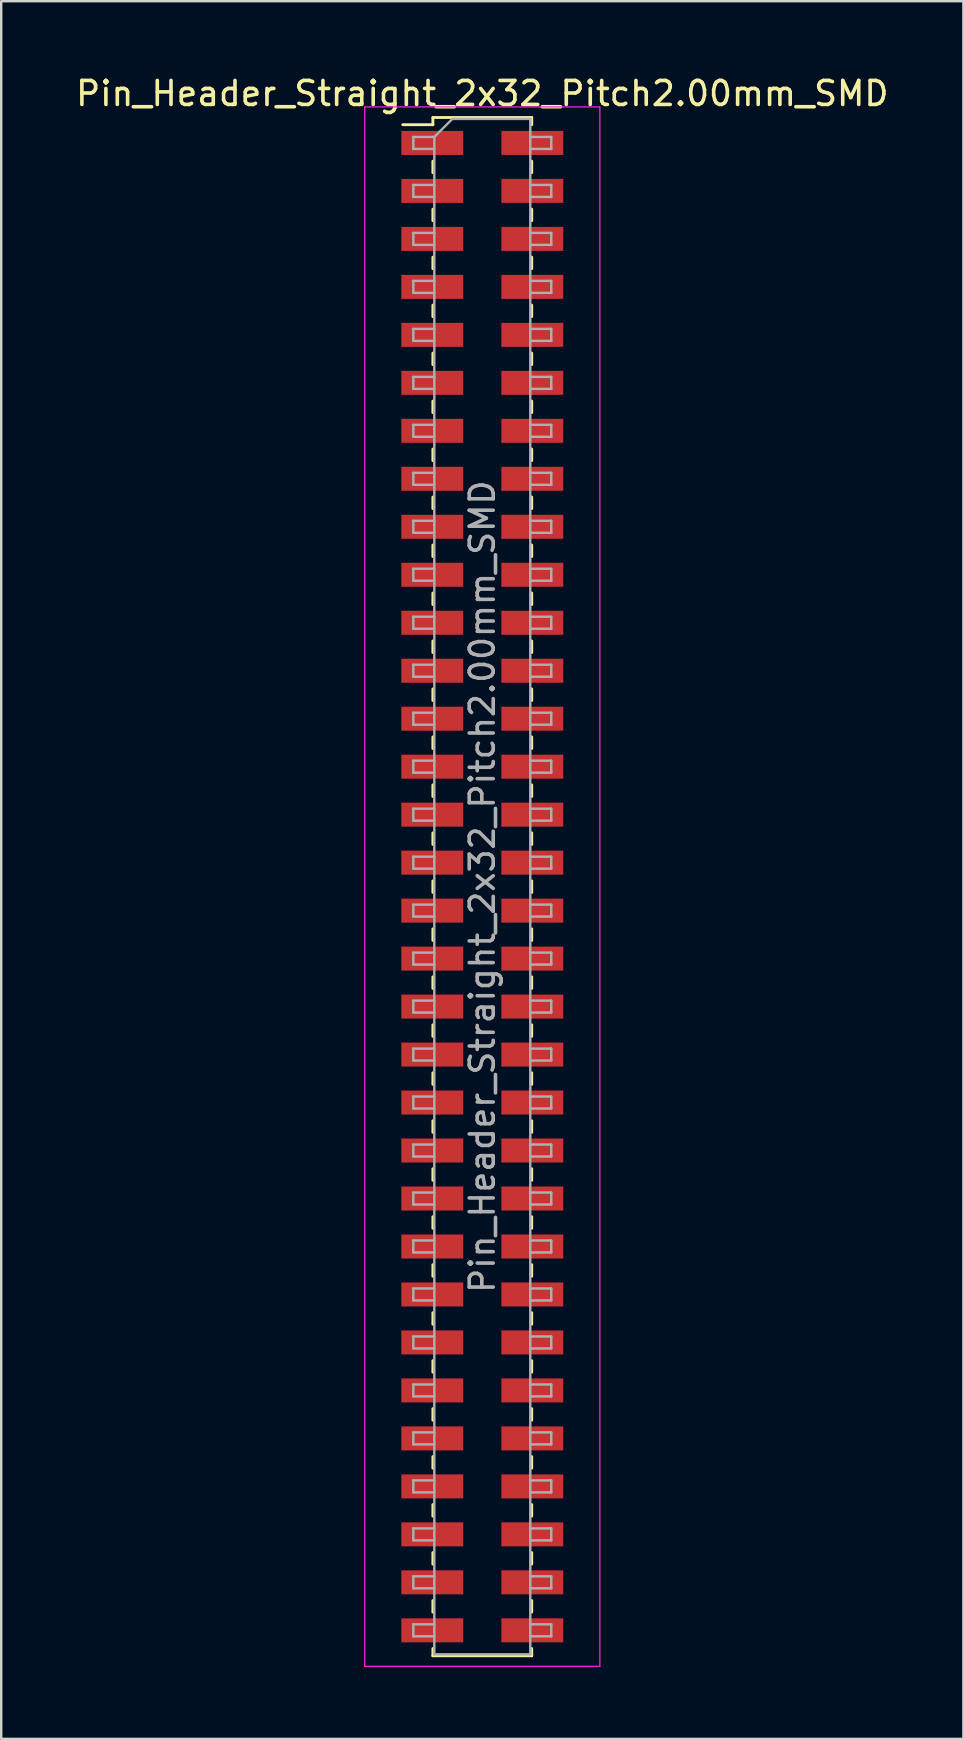
<source format=kicad_pcb>
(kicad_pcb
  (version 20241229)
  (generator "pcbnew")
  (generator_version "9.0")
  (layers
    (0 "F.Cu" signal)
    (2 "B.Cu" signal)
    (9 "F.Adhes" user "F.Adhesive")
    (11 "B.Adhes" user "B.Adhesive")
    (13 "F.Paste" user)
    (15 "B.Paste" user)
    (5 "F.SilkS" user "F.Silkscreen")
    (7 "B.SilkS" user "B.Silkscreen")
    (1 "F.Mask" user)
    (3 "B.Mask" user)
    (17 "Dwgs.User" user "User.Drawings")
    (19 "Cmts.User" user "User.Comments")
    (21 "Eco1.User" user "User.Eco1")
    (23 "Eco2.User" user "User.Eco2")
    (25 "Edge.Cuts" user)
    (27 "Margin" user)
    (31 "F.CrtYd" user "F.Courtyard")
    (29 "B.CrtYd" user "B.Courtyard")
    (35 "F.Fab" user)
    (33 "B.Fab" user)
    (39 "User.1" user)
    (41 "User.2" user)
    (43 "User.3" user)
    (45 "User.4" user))
  (footprint "Pin_Header_Straight_2x32_Pitch2.00mm_SMD"
    (layer "F.Cu")
    (at 17.054 33.908)
    (property "Reference" "Pin_Header_Straight_2x32_Pitch2.00mm_SMD" (at 0 -33.06 0) (layer "F.SilkS") (effects (font (size 1 1) (thickness 0.15))))
    (attr smd)
    (fp_line (start -3.315 -31.76) (end -2.06 -31.76) (stroke (width 0.12) (type solid)) (layer "F.SilkS"))
    (fp_line (start -2.06 -32.06) (end -2.06 -31.76) (stroke (width 0.12) (type solid)) (layer "F.SilkS"))
    (fp_line (start -2.06 -32.06) (end 2.06 -32.06) (stroke (width 0.12) (type solid)) (layer "F.SilkS"))
    (fp_line (start -2.06 -30.24) (end -2.06 -29.76) (stroke (width 0.12) (type solid)) (layer "F.SilkS"))
    (fp_line (start -2.06 -28.24) (end -2.06 -27.76) (stroke (width 0.12) (type solid)) (layer "F.SilkS"))
    (fp_line (start -2.06 -26.24) (end -2.06 -25.76) (stroke (width 0.12) (type solid)) (layer "F.SilkS"))
    (fp_line (start -2.06 -24.24) (end -2.06 -23.76) (stroke (width 0.12) (type solid)) (layer "F.SilkS"))
    (fp_line (start -2.06 -22.24) (end -2.06 -21.76) (stroke (width 0.12) (type solid)) (layer "F.SilkS"))
    (fp_line (start -2.06 -20.24) (end -2.06 -19.76) (stroke (width 0.12) (type solid)) (layer "F.SilkS"))
    (fp_line (start -2.06 -18.24) (end -2.06 -17.76) (stroke (width 0.12) (type solid)) (layer "F.SilkS"))
    (fp_line (start -2.06 -16.24) (end -2.06 -15.76) (stroke (width 0.12) (type solid)) (layer "F.SilkS"))
    (fp_line (start -2.06 -14.24) (end -2.06 -13.76) (stroke (width 0.12) (type solid)) (layer "F.SilkS"))
    (fp_line (start -2.06 -12.24) (end -2.06 -11.76) (stroke (width 0.12) (type solid)) (layer "F.SilkS"))
    (fp_line (start -2.06 -10.24) (end -2.06 -9.76) (stroke (width 0.12) (type solid)) (layer "F.SilkS"))
    (fp_line (start -2.06 -8.24) (end -2.06 -7.76) (stroke (width 0.12) (type solid)) (layer "F.SilkS"))
    (fp_line (start -2.06 -6.24) (end -2.06 -5.76) (stroke (width 0.12) (type solid)) (layer "F.SilkS"))
    (fp_line (start -2.06 -4.24) (end -2.06 -3.76) (stroke (width 0.12) (type solid)) (layer "F.SilkS"))
    (fp_line (start -2.06 -2.24) (end -2.06 -1.76) (stroke (width 0.12) (type solid)) (layer "F.SilkS"))
    (fp_line (start -2.06 -0.24) (end -2.06 0.24) (stroke (width 0.12) (type solid)) (layer "F.SilkS"))
    (fp_line (start -2.06 1.76) (end -2.06 2.24) (stroke (width 0.12) (type solid)) (layer "F.SilkS"))
    (fp_line (start -2.06 3.76) (end -2.06 4.24) (stroke (width 0.12) (type solid)) (layer "F.SilkS"))
    (fp_line (start -2.06 5.76) (end -2.06 6.24) (stroke (width 0.12) (type solid)) (layer "F.SilkS"))
    (fp_line (start -2.06 7.76) (end -2.06 8.24) (stroke (width 0.12) (type solid)) (layer "F.SilkS"))
    (fp_line (start -2.06 9.76) (end -2.06 10.24) (stroke (width 0.12) (type solid)) (layer "F.SilkS"))
    (fp_line (start -2.06 11.76) (end -2.06 12.24) (stroke (width 0.12) (type solid)) (layer "F.SilkS"))
    (fp_line (start -2.06 13.76) (end -2.06 14.24) (stroke (width 0.12) (type solid)) (layer "F.SilkS"))
    (fp_line (start -2.06 15.76) (end -2.06 16.24) (stroke (width 0.12) (type solid)) (layer "F.SilkS"))
    (fp_line (start -2.06 17.76) (end -2.06 18.24) (stroke (width 0.12) (type solid)) (layer "F.SilkS"))
    (fp_line (start -2.06 19.76) (end -2.06 20.24) (stroke (width 0.12) (type solid)) (layer "F.SilkS"))
    (fp_line (start -2.06 21.76) (end -2.06 22.24) (stroke (width 0.12) (type solid)) (layer "F.SilkS"))
    (fp_line (start -2.06 23.76) (end -2.06 24.24) (stroke (width 0.12) (type solid)) (layer "F.SilkS"))
    (fp_line (start -2.06 25.76) (end -2.06 26.24) (stroke (width 0.12) (type solid)) (layer "F.SilkS"))
    (fp_line (start -2.06 27.76) (end -2.06 28.24) (stroke (width 0.12) (type solid)) (layer "F.SilkS"))
    (fp_line (start -2.06 29.76) (end -2.06 30.24) (stroke (width 0.12) (type solid)) (layer "F.SilkS"))
    (fp_line (start -2.06 31.76) (end -2.06 32.06) (stroke (width 0.12) (type solid)) (layer "F.SilkS"))
    (fp_line (start -2.06 32.06) (end 2.06 32.06) (stroke (width 0.12) (type solid)) (layer "F.SilkS"))
    (fp_line (start 2.06 -32.06) (end 2.06 -31.76) (stroke (width 0.12) (type solid)) (layer "F.SilkS"))
    (fp_line (start 2.06 -30.24) (end 2.06 -29.76) (stroke (width 0.12) (type solid)) (layer "F.SilkS"))
    (fp_line (start 2.06 -28.24) (end 2.06 -27.76) (stroke (width 0.12) (type solid)) (layer "F.SilkS"))
    (fp_line (start 2.06 -26.24) (end 2.06 -25.76) (stroke (width 0.12) (type solid)) (layer "F.SilkS"))
    (fp_line (start 2.06 -24.24) (end 2.06 -23.76) (stroke (width 0.12) (type solid)) (layer "F.SilkS"))
    (fp_line (start 2.06 -22.24) (end 2.06 -21.76) (stroke (width 0.12) (type solid)) (layer "F.SilkS"))
    (fp_line (start 2.06 -20.24) (end 2.06 -19.76) (stroke (width 0.12) (type solid)) (layer "F.SilkS"))
    (fp_line (start 2.06 -18.24) (end 2.06 -17.76) (stroke (width 0.12) (type solid)) (layer "F.SilkS"))
    (fp_line (start 2.06 -16.24) (end 2.06 -15.76) (stroke (width 0.12) (type solid)) (layer "F.SilkS"))
    (fp_line (start 2.06 -14.24) (end 2.06 -13.76) (stroke (width 0.12) (type solid)) (layer "F.SilkS"))
    (fp_line (start 2.06 -12.24) (end 2.06 -11.76) (stroke (width 0.12) (type solid)) (layer "F.SilkS"))
    (fp_line (start 2.06 -10.24) (end 2.06 -9.76) (stroke (width 0.12) (type solid)) (layer "F.SilkS"))
    (fp_line (start 2.06 -8.24) (end 2.06 -7.76) (stroke (width 0.12) (type solid)) (layer "F.SilkS"))
    (fp_line (start 2.06 -6.24) (end 2.06 -5.76) (stroke (width 0.12) (type solid)) (layer "F.SilkS"))
    (fp_line (start 2.06 -4.24) (end 2.06 -3.76) (stroke (width 0.12) (type solid)) (layer "F.SilkS"))
    (fp_line (start 2.06 -2.24) (end 2.06 -1.76) (stroke (width 0.12) (type solid)) (layer "F.SilkS"))
    (fp_line (start 2.06 -0.24) (end 2.06 0.24) (stroke (width 0.12) (type solid)) (layer "F.SilkS"))
    (fp_line (start 2.06 1.76) (end 2.06 2.24) (stroke (width 0.12) (type solid)) (layer "F.SilkS"))
    (fp_line (start 2.06 3.76) (end 2.06 4.24) (stroke (width 0.12) (type solid)) (layer "F.SilkS"))
    (fp_line (start 2.06 5.76) (end 2.06 6.24) (stroke (width 0.12) (type solid)) (layer "F.SilkS"))
    (fp_line (start 2.06 7.76) (end 2.06 8.24) (stroke (width 0.12) (type solid)) (layer "F.SilkS"))
    (fp_line (start 2.06 9.76) (end 2.06 10.24) (stroke (width 0.12) (type solid)) (layer "F.SilkS"))
    (fp_line (start 2.06 11.76) (end 2.06 12.24) (stroke (width 0.12) (type solid)) (layer "F.SilkS"))
    (fp_line (start 2.06 13.76) (end 2.06 14.24) (stroke (width 0.12) (type solid)) (layer "F.SilkS"))
    (fp_line (start 2.06 15.76) (end 2.06 16.24) (stroke (width 0.12) (type solid)) (layer "F.SilkS"))
    (fp_line (start 2.06 17.76) (end 2.06 18.24) (stroke (width 0.12) (type solid)) (layer "F.SilkS"))
    (fp_line (start 2.06 19.76) (end 2.06 20.24) (stroke (width 0.12) (type solid)) (layer "F.SilkS"))
    (fp_line (start 2.06 21.76) (end 2.06 22.24) (stroke (width 0.12) (type solid)) (layer "F.SilkS"))
    (fp_line (start 2.06 23.76) (end 2.06 24.24) (stroke (width 0.12) (type solid)) (layer "F.SilkS"))
    (fp_line (start 2.06 25.76) (end 2.06 26.24) (stroke (width 0.12) (type solid)) (layer "F.SilkS"))
    (fp_line (start 2.06 27.76) (end 2.06 28.24) (stroke (width 0.12) (type solid)) (layer "F.SilkS"))
    (fp_line (start 2.06 29.76) (end 2.06 30.24) (stroke (width 0.12) (type solid)) (layer "F.SilkS"))
    (fp_line (start 2.06 31.76) (end 2.06 32.06) (stroke (width 0.12) (type solid)) (layer "F.SilkS"))
    (fp_line (start -4.9 -32.5) (end -4.9 32.5) (stroke (width 0.05) (type solid)) (layer "F.CrtYd"))
    (fp_line (start -4.9 32.5) (end 4.9 32.5) (stroke (width 0.05) (type solid)) (layer "F.CrtYd"))
    (fp_line (start 4.9 -32.5) (end -4.9 -32.5) (stroke (width 0.05) (type solid)) (layer "F.CrtYd"))
    (fp_line (start 4.9 32.5) (end 4.9 -32.5) (stroke (width 0.05) (type solid)) (layer "F.CrtYd"))
    (fp_line (start -2.875 -31.25) (end -2.875 -30.75) (stroke (width 0.1) (type solid)) (layer "F.Fab"))
    (fp_line (start -2.875 -30.75) (end -2 -30.75) (stroke (width 0.1) (type solid)) (layer "F.Fab"))
    (fp_line (start -2.875 -29.25) (end -2.875 -28.75) (stroke (width 0.1) (type solid)) (layer "F.Fab"))
    (fp_line (start -2.875 -28.75) (end -2 -28.75) (stroke (width 0.1) (type solid)) (layer "F.Fab"))
    (fp_line (start -2.875 -27.25) (end -2.875 -26.75) (stroke (width 0.1) (type solid)) (layer "F.Fab"))
    (fp_line (start -2.875 -26.75) (end -2 -26.75) (stroke (width 0.1) (type solid)) (layer "F.Fab"))
    (fp_line (start -2.875 -25.25) (end -2.875 -24.75) (stroke (width 0.1) (type solid)) (layer "F.Fab"))
    (fp_line (start -2.875 -24.75) (end -2 -24.75) (stroke (width 0.1) (type solid)) (layer "F.Fab"))
    (fp_line (start -2.875 -23.25) (end -2.875 -22.75) (stroke (width 0.1) (type solid)) (layer "F.Fab"))
    (fp_line (start -2.875 -22.75) (end -2 -22.75) (stroke (width 0.1) (type solid)) (layer "F.Fab"))
    (fp_line (start -2.875 -21.25) (end -2.875 -20.75) (stroke (width 0.1) (type solid)) (layer "F.Fab"))
    (fp_line (start -2.875 -20.75) (end -2 -20.75) (stroke (width 0.1) (type solid)) (layer "F.Fab"))
    (fp_line (start -2.875 -19.25) (end -2.875 -18.75) (stroke (width 0.1) (type solid)) (layer "F.Fab"))
    (fp_line (start -2.875 -18.75) (end -2 -18.75) (stroke (width 0.1) (type solid)) (layer "F.Fab"))
    (fp_line (start -2.875 -17.25) (end -2.875 -16.75) (stroke (width 0.1) (type solid)) (layer "F.Fab"))
    (fp_line (start -2.875 -16.75) (end -2 -16.75) (stroke (width 0.1) (type solid)) (layer "F.Fab"))
    (fp_line (start -2.875 -15.25) (end -2.875 -14.75) (stroke (width 0.1) (type solid)) (layer "F.Fab"))
    (fp_line (start -2.875 -14.75) (end -2 -14.75) (stroke (width 0.1) (type solid)) (layer "F.Fab"))
    (fp_line (start -2.875 -13.25) (end -2.875 -12.75) (stroke (width 0.1) (type solid)) (layer "F.Fab"))
    (fp_line (start -2.875 -12.75) (end -2 -12.75) (stroke (width 0.1) (type solid)) (layer "F.Fab"))
    (fp_line (start -2.875 -11.25) (end -2.875 -10.75) (stroke (width 0.1) (type solid)) (layer "F.Fab"))
    (fp_line (start -2.875 -10.75) (end -2 -10.75) (stroke (width 0.1) (type solid)) (layer "F.Fab"))
    (fp_line (start -2.875 -9.25) (end -2.875 -8.75) (stroke (width 0.1) (type solid)) (layer "F.Fab"))
    (fp_line (start -2.875 -8.75) (end -2 -8.75) (stroke (width 0.1) (type solid)) (layer "F.Fab"))
    (fp_line (start -2.875 -7.25) (end -2.875 -6.75) (stroke (width 0.1) (type solid)) (layer "F.Fab"))
    (fp_line (start -2.875 -6.75) (end -2 -6.75) (stroke (width 0.1) (type solid)) (layer "F.Fab"))
    (fp_line (start -2.875 -5.25) (end -2.875 -4.75) (stroke (width 0.1) (type solid)) (layer "F.Fab"))
    (fp_line (start -2.875 -4.75) (end -2 -4.75) (stroke (width 0.1) (type solid)) (layer "F.Fab"))
    (fp_line (start -2.875 -3.25) (end -2.875 -2.75) (stroke (width 0.1) (type solid)) (layer "F.Fab"))
    (fp_line (start -2.875 -2.75) (end -2 -2.75) (stroke (width 0.1) (type solid)) (layer "F.Fab"))
    (fp_line (start -2.875 -1.25) (end -2.875 -0.75) (stroke (width 0.1) (type solid)) (layer "F.Fab"))
    (fp_line (start -2.875 -0.75) (end -2 -0.75) (stroke (width 0.1) (type solid)) (layer "F.Fab"))
    (fp_line (start -2.875 0.75) (end -2.875 1.25) (stroke (width 0.1) (type solid)) (layer "F.Fab"))
    (fp_line (start -2.875 1.25) (end -2 1.25) (stroke (width 0.1) (type solid)) (layer "F.Fab"))
    (fp_line (start -2.875 2.75) (end -2.875 3.25) (stroke (width 0.1) (type solid)) (layer "F.Fab"))
    (fp_line (start -2.875 3.25) (end -2 3.25) (stroke (width 0.1) (type solid)) (layer "F.Fab"))
    (fp_line (start -2.875 4.75) (end -2.875 5.25) (stroke (width 0.1) (type solid)) (layer "F.Fab"))
    (fp_line (start -2.875 5.25) (end -2 5.25) (stroke (width 0.1) (type solid)) (layer "F.Fab"))
    (fp_line (start -2.875 6.75) (end -2.875 7.25) (stroke (width 0.1) (type solid)) (layer "F.Fab"))
    (fp_line (start -2.875 7.25) (end -2 7.25) (stroke (width 0.1) (type solid)) (layer "F.Fab"))
    (fp_line (start -2.875 8.75) (end -2.875 9.25) (stroke (width 0.1) (type solid)) (layer "F.Fab"))
    (fp_line (start -2.875 9.25) (end -2 9.25) (stroke (width 0.1) (type solid)) (layer "F.Fab"))
    (fp_line (start -2.875 10.75) (end -2.875 11.25) (stroke (width 0.1) (type solid)) (layer "F.Fab"))
    (fp_line (start -2.875 11.25) (end -2 11.25) (stroke (width 0.1) (type solid)) (layer "F.Fab"))
    (fp_line (start -2.875 12.75) (end -2.875 13.25) (stroke (width 0.1) (type solid)) (layer "F.Fab"))
    (fp_line (start -2.875 13.25) (end -2 13.25) (stroke (width 0.1) (type solid)) (layer "F.Fab"))
    (fp_line (start -2.875 14.75) (end -2.875 15.25) (stroke (width 0.1) (type solid)) (layer "F.Fab"))
    (fp_line (start -2.875 15.25) (end -2 15.25) (stroke (width 0.1) (type solid)) (layer "F.Fab"))
    (fp_line (start -2.875 16.75) (end -2.875 17.25) (stroke (width 0.1) (type solid)) (layer "F.Fab"))
    (fp_line (start -2.875 17.25) (end -2 17.25) (stroke (width 0.1) (type solid)) (layer "F.Fab"))
    (fp_line (start -2.875 18.75) (end -2.875 19.25) (stroke (width 0.1) (type solid)) (layer "F.Fab"))
    (fp_line (start -2.875 19.25) (end -2 19.25) (stroke (width 0.1) (type solid)) (layer "F.Fab"))
    (fp_line (start -2.875 20.75) (end -2.875 21.25) (stroke (width 0.1) (type solid)) (layer "F.Fab"))
    (fp_line (start -2.875 21.25) (end -2 21.25) (stroke (width 0.1) (type solid)) (layer "F.Fab"))
    (fp_line (start -2.875 22.75) (end -2.875 23.25) (stroke (width 0.1) (type solid)) (layer "F.Fab"))
    (fp_line (start -2.875 23.25) (end -2 23.25) (stroke (width 0.1) (type solid)) (layer "F.Fab"))
    (fp_line (start -2.875 24.75) (end -2.875 25.25) (stroke (width 0.1) (type solid)) (layer "F.Fab"))
    (fp_line (start -2.875 25.25) (end -2 25.25) (stroke (width 0.1) (type solid)) (layer "F.Fab"))
    (fp_line (start -2.875 26.75) (end -2.875 27.25) (stroke (width 0.1) (type solid)) (layer "F.Fab"))
    (fp_line (start -2.875 27.25) (end -2 27.25) (stroke (width 0.1) (type solid)) (layer "F.Fab"))
    (fp_line (start -2.875 28.75) (end -2.875 29.25) (stroke (width 0.1) (type solid)) (layer "F.Fab"))
    (fp_line (start -2.875 29.25) (end -2 29.25) (stroke (width 0.1) (type solid)) (layer "F.Fab"))
    (fp_line (start -2.875 30.75) (end -2.875 31.25) (stroke (width 0.1) (type solid)) (layer "F.Fab"))
    (fp_line (start -2.875 31.25) (end -2 31.25) (stroke (width 0.1) (type solid)) (layer "F.Fab"))
    (fp_line (start -2 -31.25) (end -2.875 -31.25) (stroke (width 0.1) (type solid)) (layer "F.Fab"))
    (fp_line (start -2 -31.25) (end -1.25 -32) (stroke (width 0.1) (type solid)) (layer "F.Fab"))
    (fp_line (start -2 -29.25) (end -2.875 -29.25) (stroke (width 0.1) (type solid)) (layer "F.Fab"))
    (fp_line (start -2 -27.25) (end -2.875 -27.25) (stroke (width 0.1) (type solid)) (layer "F.Fab"))
    (fp_line (start -2 -25.25) (end -2.875 -25.25) (stroke (width 0.1) (type solid)) (layer "F.Fab"))
    (fp_line (start -2 -23.25) (end -2.875 -23.25) (stroke (width 0.1) (type solid)) (layer "F.Fab"))
    (fp_line (start -2 -21.25) (end -2.875 -21.25) (stroke (width 0.1) (type solid)) (layer "F.Fab"))
    (fp_line (start -2 -19.25) (end -2.875 -19.25) (stroke (width 0.1) (type solid)) (layer "F.Fab"))
    (fp_line (start -2 -17.25) (end -2.875 -17.25) (stroke (width 0.1) (type solid)) (layer "F.Fab"))
    (fp_line (start -2 -15.25) (end -2.875 -15.25) (stroke (width 0.1) (type solid)) (layer "F.Fab"))
    (fp_line (start -2 -13.25) (end -2.875 -13.25) (stroke (width 0.1) (type solid)) (layer "F.Fab"))
    (fp_line (start -2 -11.25) (end -2.875 -11.25) (stroke (width 0.1) (type solid)) (layer "F.Fab"))
    (fp_line (start -2 -9.25) (end -2.875 -9.25) (stroke (width 0.1) (type solid)) (layer "F.Fab"))
    (fp_line (start -2 -7.25) (end -2.875 -7.25) (stroke (width 0.1) (type solid)) (layer "F.Fab"))
    (fp_line (start -2 -5.25) (end -2.875 -5.25) (stroke (width 0.1) (type solid)) (layer "F.Fab"))
    (fp_line (start -2 -3.25) (end -2.875 -3.25) (stroke (width 0.1) (type solid)) (layer "F.Fab"))
    (fp_line (start -2 -1.25) (end -2.875 -1.25) (stroke (width 0.1) (type solid)) (layer "F.Fab"))
    (fp_line (start -2 0.75) (end -2.875 0.75) (stroke (width 0.1) (type solid)) (layer "F.Fab"))
    (fp_line (start -2 2.75) (end -2.875 2.75) (stroke (width 0.1) (type solid)) (layer "F.Fab"))
    (fp_line (start -2 4.75) (end -2.875 4.75) (stroke (width 0.1) (type solid)) (layer "F.Fab"))
    (fp_line (start -2 6.75) (end -2.875 6.75) (stroke (width 0.1) (type solid)) (layer "F.Fab"))
    (fp_line (start -2 8.75) (end -2.875 8.75) (stroke (width 0.1) (type solid)) (layer "F.Fab"))
    (fp_line (start -2 10.75) (end -2.875 10.75) (stroke (width 0.1) (type solid)) (layer "F.Fab"))
    (fp_line (start -2 12.75) (end -2.875 12.75) (stroke (width 0.1) (type solid)) (layer "F.Fab"))
    (fp_line (start -2 14.75) (end -2.875 14.75) (stroke (width 0.1) (type solid)) (layer "F.Fab"))
    (fp_line (start -2 16.75) (end -2.875 16.75) (stroke (width 0.1) (type solid)) (layer "F.Fab"))
    (fp_line (start -2 18.75) (end -2.875 18.75) (stroke (width 0.1) (type solid)) (layer "F.Fab"))
    (fp_line (start -2 20.75) (end -2.875 20.75) (stroke (width 0.1) (type solid)) (layer "F.Fab"))
    (fp_line (start -2 22.75) (end -2.875 22.75) (stroke (width 0.1) (type solid)) (layer "F.Fab"))
    (fp_line (start -2 24.75) (end -2.875 24.75) (stroke (width 0.1) (type solid)) (layer "F.Fab"))
    (fp_line (start -2 26.75) (end -2.875 26.75) (stroke (width 0.1) (type solid)) (layer "F.Fab"))
    (fp_line (start -2 28.75) (end -2.875 28.75) (stroke (width 0.1) (type solid)) (layer "F.Fab"))
    (fp_line (start -2 30.75) (end -2.875 30.75) (stroke (width 0.1) (type solid)) (layer "F.Fab"))
    (fp_line (start -2 32) (end -2 -31.25) (stroke (width 0.1) (type solid)) (layer "F.Fab"))
    (fp_line (start -1.25 -32) (end 2 -32) (stroke (width 0.1) (type solid)) (layer "F.Fab"))
    (fp_line (start 2 -32) (end 2 32) (stroke (width 0.1) (type solid)) (layer "F.Fab"))
    (fp_line (start 2 -31.25) (end 2.875 -31.25) (stroke (width 0.1) (type solid)) (layer "F.Fab"))
    (fp_line (start 2 -29.25) (end 2.875 -29.25) (stroke (width 0.1) (type solid)) (layer "F.Fab"))
    (fp_line (start 2 -27.25) (end 2.875 -27.25) (stroke (width 0.1) (type solid)) (layer "F.Fab"))
    (fp_line (start 2 -25.25) (end 2.875 -25.25) (stroke (width 0.1) (type solid)) (layer "F.Fab"))
    (fp_line (start 2 -23.25) (end 2.875 -23.25) (stroke (width 0.1) (type solid)) (layer "F.Fab"))
    (fp_line (start 2 -21.25) (end 2.875 -21.25) (stroke (width 0.1) (type solid)) (layer "F.Fab"))
    (fp_line (start 2 -19.25) (end 2.875 -19.25) (stroke (width 0.1) (type solid)) (layer "F.Fab"))
    (fp_line (start 2 -17.25) (end 2.875 -17.25) (stroke (width 0.1) (type solid)) (layer "F.Fab"))
    (fp_line (start 2 -15.25) (end 2.875 -15.25) (stroke (width 0.1) (type solid)) (layer "F.Fab"))
    (fp_line (start 2 -13.25) (end 2.875 -13.25) (stroke (width 0.1) (type solid)) (layer "F.Fab"))
    (fp_line (start 2 -11.25) (end 2.875 -11.25) (stroke (width 0.1) (type solid)) (layer "F.Fab"))
    (fp_line (start 2 -9.25) (end 2.875 -9.25) (stroke (width 0.1) (type solid)) (layer "F.Fab"))
    (fp_line (start 2 -7.25) (end 2.875 -7.25) (stroke (width 0.1) (type solid)) (layer "F.Fab"))
    (fp_line (start 2 -5.25) (end 2.875 -5.25) (stroke (width 0.1) (type solid)) (layer "F.Fab"))
    (fp_line (start 2 -3.25) (end 2.875 -3.25) (stroke (width 0.1) (type solid)) (layer "F.Fab"))
    (fp_line (start 2 -1.25) (end 2.875 -1.25) (stroke (width 0.1) (type solid)) (layer "F.Fab"))
    (fp_line (start 2 0.75) (end 2.875 0.75) (stroke (width 0.1) (type solid)) (layer "F.Fab"))
    (fp_line (start 2 2.75) (end 2.875 2.75) (stroke (width 0.1) (type solid)) (layer "F.Fab"))
    (fp_line (start 2 4.75) (end 2.875 4.75) (stroke (width 0.1) (type solid)) (layer "F.Fab"))
    (fp_line (start 2 6.75) (end 2.875 6.75) (stroke (width 0.1) (type solid)) (layer "F.Fab"))
    (fp_line (start 2 8.75) (end 2.875 8.75) (stroke (width 0.1) (type solid)) (layer "F.Fab"))
    (fp_line (start 2 10.75) (end 2.875 10.75) (stroke (width 0.1) (type solid)) (layer "F.Fab"))
    (fp_line (start 2 12.75) (end 2.875 12.75) (stroke (width 0.1) (type solid)) (layer "F.Fab"))
    (fp_line (start 2 14.75) (end 2.875 14.75) (stroke (width 0.1) (type solid)) (layer "F.Fab"))
    (fp_line (start 2 16.75) (end 2.875 16.75) (stroke (width 0.1) (type solid)) (layer "F.Fab"))
    (fp_line (start 2 18.75) (end 2.875 18.75) (stroke (width 0.1) (type solid)) (layer "F.Fab"))
    (fp_line (start 2 20.75) (end 2.875 20.75) (stroke (width 0.1) (type solid)) (layer "F.Fab"))
    (fp_line (start 2 22.75) (end 2.875 22.75) (stroke (width 0.1) (type solid)) (layer "F.Fab"))
    (fp_line (start 2 24.75) (end 2.875 24.75) (stroke (width 0.1) (type solid)) (layer "F.Fab"))
    (fp_line (start 2 26.75) (end 2.875 26.75) (stroke (width 0.1) (type solid)) (layer "F.Fab"))
    (fp_line (start 2 28.75) (end 2.875 28.75) (stroke (width 0.1) (type solid)) (layer "F.Fab"))
    (fp_line (start 2 30.75) (end 2.875 30.75) (stroke (width 0.1) (type solid)) (layer "F.Fab"))
    (fp_line (start 2 32) (end -2 32) (stroke (width 0.1) (type solid)) (layer "F.Fab"))
    (fp_line (start 2.875 -31.25) (end 2.875 -30.75) (stroke (width 0.1) (type solid)) (layer "F.Fab"))
    (fp_line (start 2.875 -30.75) (end 2 -30.75) (stroke (width 0.1) (type solid)) (layer "F.Fab"))
    (fp_line (start 2.875 -29.25) (end 2.875 -28.75) (stroke (width 0.1) (type solid)) (layer "F.Fab"))
    (fp_line (start 2.875 -28.75) (end 2 -28.75) (stroke (width 0.1) (type solid)) (layer "F.Fab"))
    (fp_line (start 2.875 -27.25) (end 2.875 -26.75) (stroke (width 0.1) (type solid)) (layer "F.Fab"))
    (fp_line (start 2.875 -26.75) (end 2 -26.75) (stroke (width 0.1) (type solid)) (layer "F.Fab"))
    (fp_line (start 2.875 -25.25) (end 2.875 -24.75) (stroke (width 0.1) (type solid)) (layer "F.Fab"))
    (fp_line (start 2.875 -24.75) (end 2 -24.75) (stroke (width 0.1) (type solid)) (layer "F.Fab"))
    (fp_line (start 2.875 -23.25) (end 2.875 -22.75) (stroke (width 0.1) (type solid)) (layer "F.Fab"))
    (fp_line (start 2.875 -22.75) (end 2 -22.75) (stroke (width 0.1) (type solid)) (layer "F.Fab"))
    (fp_line (start 2.875 -21.25) (end 2.875 -20.75) (stroke (width 0.1) (type solid)) (layer "F.Fab"))
    (fp_line (start 2.875 -20.75) (end 2 -20.75) (stroke (width 0.1) (type solid)) (layer "F.Fab"))
    (fp_line (start 2.875 -19.25) (end 2.875 -18.75) (stroke (width 0.1) (type solid)) (layer "F.Fab"))
    (fp_line (start 2.875 -18.75) (end 2 -18.75) (stroke (width 0.1) (type solid)) (layer "F.Fab"))
    (fp_line (start 2.875 -17.25) (end 2.875 -16.75) (stroke (width 0.1) (type solid)) (layer "F.Fab"))
    (fp_line (start 2.875 -16.75) (end 2 -16.75) (stroke (width 0.1) (type solid)) (layer "F.Fab"))
    (fp_line (start 2.875 -15.25) (end 2.875 -14.75) (stroke (width 0.1) (type solid)) (layer "F.Fab"))
    (fp_line (start 2.875 -14.75) (end 2 -14.75) (stroke (width 0.1) (type solid)) (layer "F.Fab"))
    (fp_line (start 2.875 -13.25) (end 2.875 -12.75) (stroke (width 0.1) (type solid)) (layer "F.Fab"))
    (fp_line (start 2.875 -12.75) (end 2 -12.75) (stroke (width 0.1) (type solid)) (layer "F.Fab"))
    (fp_line (start 2.875 -11.25) (end 2.875 -10.75) (stroke (width 0.1) (type solid)) (layer "F.Fab"))
    (fp_line (start 2.875 -10.75) (end 2 -10.75) (stroke (width 0.1) (type solid)) (layer "F.Fab"))
    (fp_line (start 2.875 -9.25) (end 2.875 -8.75) (stroke (width 0.1) (type solid)) (layer "F.Fab"))
    (fp_line (start 2.875 -8.75) (end 2 -8.75) (stroke (width 0.1) (type solid)) (layer "F.Fab"))
    (fp_line (start 2.875 -7.25) (end 2.875 -6.75) (stroke (width 0.1) (type solid)) (layer "F.Fab"))
    (fp_line (start 2.875 -6.75) (end 2 -6.75) (stroke (width 0.1) (type solid)) (layer "F.Fab"))
    (fp_line (start 2.875 -5.25) (end 2.875 -4.75) (stroke (width 0.1) (type solid)) (layer "F.Fab"))
    (fp_line (start 2.875 -4.75) (end 2 -4.75) (stroke (width 0.1) (type solid)) (layer "F.Fab"))
    (fp_line (start 2.875 -3.25) (end 2.875 -2.75) (stroke (width 0.1) (type solid)) (layer "F.Fab"))
    (fp_line (start 2.875 -2.75) (end 2 -2.75) (stroke (width 0.1) (type solid)) (layer "F.Fab"))
    (fp_line (start 2.875 -1.25) (end 2.875 -0.75) (stroke (width 0.1) (type solid)) (layer "F.Fab"))
    (fp_line (start 2.875 -0.75) (end 2 -0.75) (stroke (width 0.1) (type solid)) (layer "F.Fab"))
    (fp_line (start 2.875 0.75) (end 2.875 1.25) (stroke (width 0.1) (type solid)) (layer "F.Fab"))
    (fp_line (start 2.875 1.25) (end 2 1.25) (stroke (width 0.1) (type solid)) (layer "F.Fab"))
    (fp_line (start 2.875 2.75) (end 2.875 3.25) (stroke (width 0.1) (type solid)) (layer "F.Fab"))
    (fp_line (start 2.875 3.25) (end 2 3.25) (stroke (width 0.1) (type solid)) (layer "F.Fab"))
    (fp_line (start 2.875 4.75) (end 2.875 5.25) (stroke (width 0.1) (type solid)) (layer "F.Fab"))
    (fp_line (start 2.875 5.25) (end 2 5.25) (stroke (width 0.1) (type solid)) (layer "F.Fab"))
    (fp_line (start 2.875 6.75) (end 2.875 7.25) (stroke (width 0.1) (type solid)) (layer "F.Fab"))
    (fp_line (start 2.875 7.25) (end 2 7.25) (stroke (width 0.1) (type solid)) (layer "F.Fab"))
    (fp_line (start 2.875 8.75) (end 2.875 9.25) (stroke (width 0.1) (type solid)) (layer "F.Fab"))
    (fp_line (start 2.875 9.25) (end 2 9.25) (stroke (width 0.1) (type solid)) (layer "F.Fab"))
    (fp_line (start 2.875 10.75) (end 2.875 11.25) (stroke (width 0.1) (type solid)) (layer "F.Fab"))
    (fp_line (start 2.875 11.25) (end 2 11.25) (stroke (width 0.1) (type solid)) (layer "F.Fab"))
    (fp_line (start 2.875 12.75) (end 2.875 13.25) (stroke (width 0.1) (type solid)) (layer "F.Fab"))
    (fp_line (start 2.875 13.25) (end 2 13.25) (stroke (width 0.1) (type solid)) (layer "F.Fab"))
    (fp_line (start 2.875 14.75) (end 2.875 15.25) (stroke (width 0.1) (type solid)) (layer "F.Fab"))
    (fp_line (start 2.875 15.25) (end 2 15.25) (stroke (width 0.1) (type solid)) (layer "F.Fab"))
    (fp_line (start 2.875 16.75) (end 2.875 17.25) (stroke (width 0.1) (type solid)) (layer "F.Fab"))
    (fp_line (start 2.875 17.25) (end 2 17.25) (stroke (width 0.1) (type solid)) (layer "F.Fab"))
    (fp_line (start 2.875 18.75) (end 2.875 19.25) (stroke (width 0.1) (type solid)) (layer "F.Fab"))
    (fp_line (start 2.875 19.25) (end 2 19.25) (stroke (width 0.1) (type solid)) (layer "F.Fab"))
    (fp_line (start 2.875 20.75) (end 2.875 21.25) (stroke (width 0.1) (type solid)) (layer "F.Fab"))
    (fp_line (start 2.875 21.25) (end 2 21.25) (stroke (width 0.1) (type solid)) (layer "F.Fab"))
    (fp_line (start 2.875 22.75) (end 2.875 23.25) (stroke (width 0.1) (type solid)) (layer "F.Fab"))
    (fp_line (start 2.875 23.25) (end 2 23.25) (stroke (width 0.1) (type solid)) (layer "F.Fab"))
    (fp_line (start 2.875 24.75) (end 2.875 25.25) (stroke (width 0.1) (type solid)) (layer "F.Fab"))
    (fp_line (start 2.875 25.25) (end 2 25.25) (stroke (width 0.1) (type solid)) (layer "F.Fab"))
    (fp_line (start 2.875 26.75) (end 2.875 27.25) (stroke (width 0.1) (type solid)) (layer "F.Fab"))
    (fp_line (start 2.875 27.25) (end 2 27.25) (stroke (width 0.1) (type solid)) (layer "F.Fab"))
    (fp_line (start 2.875 28.75) (end 2.875 29.25) (stroke (width 0.1) (type solid)) (layer "F.Fab"))
    (fp_line (start 2.875 29.25) (end 2 29.25) (stroke (width 0.1) (type solid)) (layer "F.Fab"))
    (fp_line (start 2.875 30.75) (end 2.875 31.25) (stroke (width 0.1) (type solid)) (layer "F.Fab"))
    (fp_line (start 2.875 31.25) (end 2 31.25) (stroke (width 0.1) (type solid)) (layer "F.Fab"))
    (fp_text user "${REFERENCE}" (at 0 0 90) (layer "F.Fab") (effects (font (size 1 1) (thickness 0.15))))
    (pad "1" smd rect (at -2.085 -31) (size 2.58 1) (layers "F.Cu" "F.Mask" "F.Paste"))
    (pad "2" smd rect (at 2.085 -31) (size 2.58 1) (layers "F.Cu" "F.Mask" "F.Paste"))
    (pad "3" smd rect (at -2.085 -29) (size 2.58 1) (layers "F.Cu" "F.Mask" "F.Paste"))
    (pad "4" smd rect (at 2.085 -29) (size 2.58 1) (layers "F.Cu" "F.Mask" "F.Paste"))
    (pad "5" smd rect (at -2.085 -27) (size 2.58 1) (layers "F.Cu" "F.Mask" "F.Paste"))
    (pad "6" smd rect (at 2.085 -27) (size 2.58 1) (layers "F.Cu" "F.Mask" "F.Paste"))
    (pad "7" smd rect (at -2.085 -25) (size 2.58 1) (layers "F.Cu" "F.Mask" "F.Paste"))
    (pad "8" smd rect (at 2.085 -25) (size 2.58 1) (layers "F.Cu" "F.Mask" "F.Paste"))
    (pad "9" smd rect (at -2.085 -23) (size 2.58 1) (layers "F.Cu" "F.Mask" "F.Paste"))
    (pad "10" smd rect (at 2.085 -23) (size 2.58 1) (layers "F.Cu" "F.Mask" "F.Paste"))
    (pad "11" smd rect (at -2.085 -21) (size 2.58 1) (layers "F.Cu" "F.Mask" "F.Paste"))
    (pad "12" smd rect (at 2.085 -21) (size 2.58 1) (layers "F.Cu" "F.Mask" "F.Paste"))
    (pad "13" smd rect (at -2.085 -19) (size 2.58 1) (layers "F.Cu" "F.Mask" "F.Paste"))
    (pad "14" smd rect (at 2.085 -19) (size 2.58 1) (layers "F.Cu" "F.Mask" "F.Paste"))
    (pad "15" smd rect (at -2.085 -17) (size 2.58 1) (layers "F.Cu" "F.Mask" "F.Paste"))
    (pad "16" smd rect (at 2.085 -17) (size 2.58 1) (layers "F.Cu" "F.Mask" "F.Paste"))
    (pad "17" smd rect (at -2.085 -15) (size 2.58 1) (layers "F.Cu" "F.Mask" "F.Paste"))
    (pad "18" smd rect (at 2.085 -15) (size 2.58 1) (layers "F.Cu" "F.Mask" "F.Paste"))
    (pad "19" smd rect (at -2.085 -13) (size 2.58 1) (layers "F.Cu" "F.Mask" "F.Paste"))
    (pad "20" smd rect (at 2.085 -13) (size 2.58 1) (layers "F.Cu" "F.Mask" "F.Paste"))
    (pad "21" smd rect (at -2.085 -11) (size 2.58 1) (layers "F.Cu" "F.Mask" "F.Paste"))
    (pad "22" smd rect (at 2.085 -11) (size 2.58 1) (layers "F.Cu" "F.Mask" "F.Paste"))
    (pad "23" smd rect (at -2.085 -9) (size 2.58 1) (layers "F.Cu" "F.Mask" "F.Paste"))
    (pad "24" smd rect (at 2.085 -9) (size 2.58 1) (layers "F.Cu" "F.Mask" "F.Paste"))
    (pad "25" smd rect (at -2.085 -7) (size 2.58 1) (layers "F.Cu" "F.Mask" "F.Paste"))
    (pad "26" smd rect (at 2.085 -7) (size 2.58 1) (layers "F.Cu" "F.Mask" "F.Paste"))
    (pad "27" smd rect (at -2.085 -5) (size 2.58 1) (layers "F.Cu" "F.Mask" "F.Paste"))
    (pad "28" smd rect (at 2.085 -5) (size 2.58 1) (layers "F.Cu" "F.Mask" "F.Paste"))
    (pad "29" smd rect (at -2.085 -3) (size 2.58 1) (layers "F.Cu" "F.Mask" "F.Paste"))
    (pad "30" smd rect (at 2.085 -3) (size 2.58 1) (layers "F.Cu" "F.Mask" "F.Paste"))
    (pad "31" smd rect (at -2.085 -1) (size 2.58 1) (layers "F.Cu" "F.Mask" "F.Paste"))
    (pad "32" smd rect (at 2.085 -1) (size 2.58 1) (layers "F.Cu" "F.Mask" "F.Paste"))
    (pad "33" smd rect (at -2.085 1) (size 2.58 1) (layers "F.Cu" "F.Mask" "F.Paste"))
    (pad "34" smd rect (at 2.085 1) (size 2.58 1) (layers "F.Cu" "F.Mask" "F.Paste"))
    (pad "35" smd rect (at -2.085 3) (size 2.58 1) (layers "F.Cu" "F.Mask" "F.Paste"))
    (pad "36" smd rect (at 2.085 3) (size 2.58 1) (layers "F.Cu" "F.Mask" "F.Paste"))
    (pad "37" smd rect (at -2.085 5) (size 2.58 1) (layers "F.Cu" "F.Mask" "F.Paste"))
    (pad "38" smd rect (at 2.085 5) (size 2.58 1) (layers "F.Cu" "F.Mask" "F.Paste"))
    (pad "39" smd rect (at -2.085 7) (size 2.58 1) (layers "F.Cu" "F.Mask" "F.Paste"))
    (pad "40" smd rect (at 2.085 7) (size 2.58 1) (layers "F.Cu" "F.Mask" "F.Paste"))
    (pad "41" smd rect (at -2.085 9) (size 2.58 1) (layers "F.Cu" "F.Mask" "F.Paste"))
    (pad "42" smd rect (at 2.085 9) (size 2.58 1) (layers "F.Cu" "F.Mask" "F.Paste"))
    (pad "43" smd rect (at -2.085 11) (size 2.58 1) (layers "F.Cu" "F.Mask" "F.Paste"))
    (pad "44" smd rect (at 2.085 11) (size 2.58 1) (layers "F.Cu" "F.Mask" "F.Paste"))
    (pad "45" smd rect (at -2.085 13) (size 2.58 1) (layers "F.Cu" "F.Mask" "F.Paste"))
    (pad "46" smd rect (at 2.085 13) (size 2.58 1) (layers "F.Cu" "F.Mask" "F.Paste"))
    (pad "47" smd rect (at -2.085 15) (size 2.58 1) (layers "F.Cu" "F.Mask" "F.Paste"))
    (pad "48" smd rect (at 2.085 15) (size 2.58 1) (layers "F.Cu" "F.Mask" "F.Paste"))
    (pad "49" smd rect (at -2.085 17) (size 2.58 1) (layers "F.Cu" "F.Mask" "F.Paste"))
    (pad "50" smd rect (at 2.085 17) (size 2.58 1) (layers "F.Cu" "F.Mask" "F.Paste"))
    (pad "51" smd rect (at -2.085 19) (size 2.58 1) (layers "F.Cu" "F.Mask" "F.Paste"))
    (pad "52" smd rect (at 2.085 19) (size 2.58 1) (layers "F.Cu" "F.Mask" "F.Paste"))
    (pad "53" smd rect (at -2.085 21) (size 2.58 1) (layers "F.Cu" "F.Mask" "F.Paste"))
    (pad "54" smd rect (at 2.085 21) (size 2.58 1) (layers "F.Cu" "F.Mask" "F.Paste"))
    (pad "55" smd rect (at -2.085 23) (size 2.58 1) (layers "F.Cu" "F.Mask" "F.Paste"))
    (pad "56" smd rect (at 2.085 23) (size 2.58 1) (layers "F.Cu" "F.Mask" "F.Paste"))
    (pad "57" smd rect (at -2.085 25) (size 2.58 1) (layers "F.Cu" "F.Mask" "F.Paste"))
    (pad "58" smd rect (at 2.085 25) (size 2.58 1) (layers "F.Cu" "F.Mask" "F.Paste"))
    (pad "59" smd rect (at -2.085 27) (size 2.58 1) (layers "F.Cu" "F.Mask" "F.Paste"))
    (pad "60" smd rect (at 2.085 27) (size 2.58 1) (layers "F.Cu" "F.Mask" "F.Paste"))
    (pad "61" smd rect (at -2.085 29) (size 2.58 1) (layers "F.Cu" "F.Mask" "F.Paste"))
    (pad "62" smd rect (at 2.085 29) (size 2.58 1) (layers "F.Cu" "F.Mask" "F.Paste"))
    (pad "63" smd rect (at -2.085 31) (size 2.58 1) (layers "F.Cu" "F.Mask" "F.Paste"))
    (pad "64" smd rect (at 2.085 31) (size 2.58 1) (layers "F.Cu" "F.Mask" "F.Paste")))
  (gr_rect
    (start -3 -3)
    (end 37.107 69.433)
    (stroke (width 0.1) (type default))
    (fill no)
    (layer "Edge.Cuts")))
</source>
